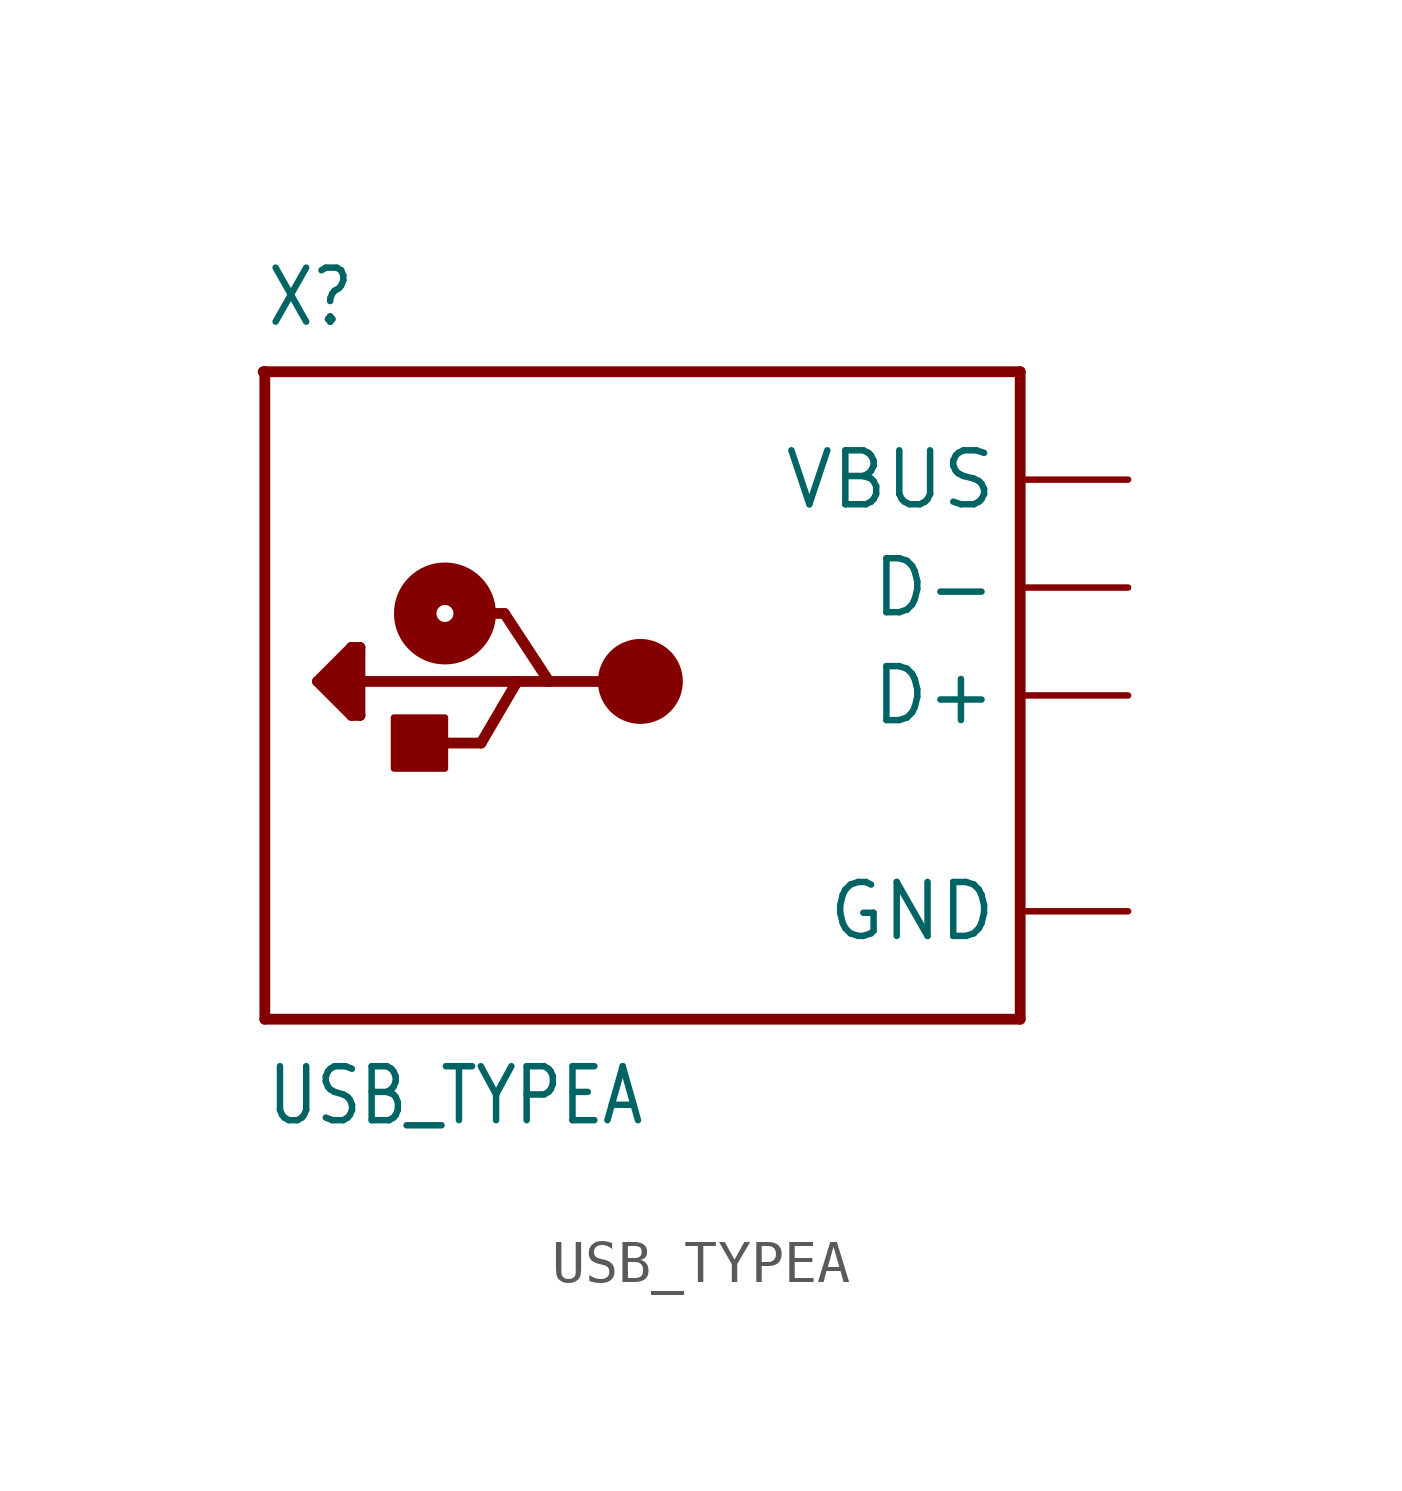
<source format=kicad_sym>
(kicad_symbol_lib
  (version 20201005)
  (generator kicad_symbol_editor)
  (symbol "USB_TYPEA"
    (property "Reference" "X"
      (at -10.16 8.636 0)
      (effects (font (size 1.27 1.079)) (justify left bottom)))
    (property "Value" "USB_TYPEA"
      (at -10.16 -10.16 0)
      (effects (font (size 1.27 1.079)) (justify left bottom)))
    (property "ki_locked" ""
      (at 0 0 0)
      (effects (font (size 1.27 1.27))))
    (symbol "USB_TYPEA_1_0"
      (circle (center -5.92 1.93) (radius 0.2) (stroke (width 1)) (fill (type none)))
      (circle (center -1.32 0.33) (radius 0.5) (stroke (width 1)) (fill (type none)))
      (rectangle (start -7.12 -1.72) (end -5.92 -0.52) (stroke (width 0)) (fill (type outline)))
      (polyline (pts (xy -10.2 7.62) (xy -10.16 7.62)) (stroke (width 0.254)) (fill (type none)))
      (polyline (pts (xy -10.16 -7.62) (xy 7.62 -7.62)) (stroke (width 0.254)) (fill (type none)))
      (polyline (pts (xy -10.16 7.62) (xy -10.16 -7.62)) (stroke (width 0.254)) (fill (type none)))
      (polyline (pts (xy -10.16 7.62) (xy 7.62 7.62)) (stroke (width 0.254)) (fill (type none)))
      (polyline (pts (xy -8.92 0.33) (xy -8.12 1.13)) (stroke (width 0.254)) (fill (type none)))
      (polyline (pts (xy -8.52 0.13) (xy -8.32 -0.07)) (stroke (width 0.254)) (fill (type none)))
      (polyline (pts (xy -8.52 0.33) (xy -8.52 0.13)) (stroke (width 0.254)) (fill (type none)))
      (polyline (pts (xy -8.32 -0.07) (xy -8.32 0.73)) (stroke (width 0.254)) (fill (type none)))
      (polyline (pts (xy -8.32 0.73) (xy -8.72 0.33)) (stroke (width 0.254)) (fill (type none)))
      (polyline (pts (xy -8.12 -0.47) (xy -8.92 0.33)) (stroke (width 0.254)) (fill (type none)))
      (polyline (pts (xy -8.12 -0.27) (xy -8.12 1.13)) (stroke (width 0.254)) (fill (type none)))
      (polyline (pts (xy -8.12 1.13) (xy -7.92 1.13)) (stroke (width 0.254)) (fill (type none)))
      (polyline (pts (xy -7.92 -0.47) (xy -8.12 -0.47)) (stroke (width 0.254)) (fill (type none)))
      (polyline (pts (xy -7.92 0.33) (xy -7.92 -0.47)) (stroke (width 0.254)) (fill (type none)))
      (polyline (pts (xy -7.92 1.13) (xy -7.92 0.33)) (stroke (width 0.254)) (fill (type none)))
      (polyline (pts (xy -6.27 -1.12) (xy -5.07 -1.12)) (stroke (width 0.254)) (fill (type none)))
      (polyline (pts (xy -5.52 1.93) (xy -4.52 1.93)) (stroke (width 0.254)) (fill (type none)))
      (polyline (pts (xy -5.07 -1.12) (xy -4.22 0.33)) (stroke (width 0.254)) (fill (type none)))
      (polyline (pts (xy -4.52 1.93) (xy -3.47 0.33)) (stroke (width 0.254)) (fill (type none)))
      (polyline (pts (xy -4.22 0.33) (xy -7.92 0.33)) (stroke (width 0.254)) (fill (type none)))
      (polyline (pts (xy -3.47 0.33) (xy -4.22 0.33)) (stroke (width 0.254)) (fill (type none)))
      (polyline (pts (xy -1.32 0.33) (xy -3.47 0.33)) (stroke (width 0.254)) (fill (type none)))
      (polyline (pts (xy 7.62 7.62) (xy 7.62 -7.62)) (stroke (width 0.254)) (fill (type none)))
      (pin bidirectional line (at 10.16 0 180) (length 2.54) (name "D+" (effects (font (size 1.27 1.27)))) (number "D+" (effects (font (size 0 0)))))
      (pin bidirectional line (at 10.16 2.54 180) (length 2.54) (name "D-" (effects (font (size 1.27 1.27)))) (number "D-" (effects (font (size 0 0)))))
      (pin power_in line (at 10.16 -5.08 180) (length 2.54) (name "GND" (effects (font (size 1.27 1.27)))) (number "GND" (effects (font (size 0 0)))))
      (pin power_in line (at 10.16 5.08 180) (length 2.54) (name "VBUS" (effects (font (size 1.27 1.27)))) (number "VBUS" (effects (font (size 0 0))))))))
</source>
